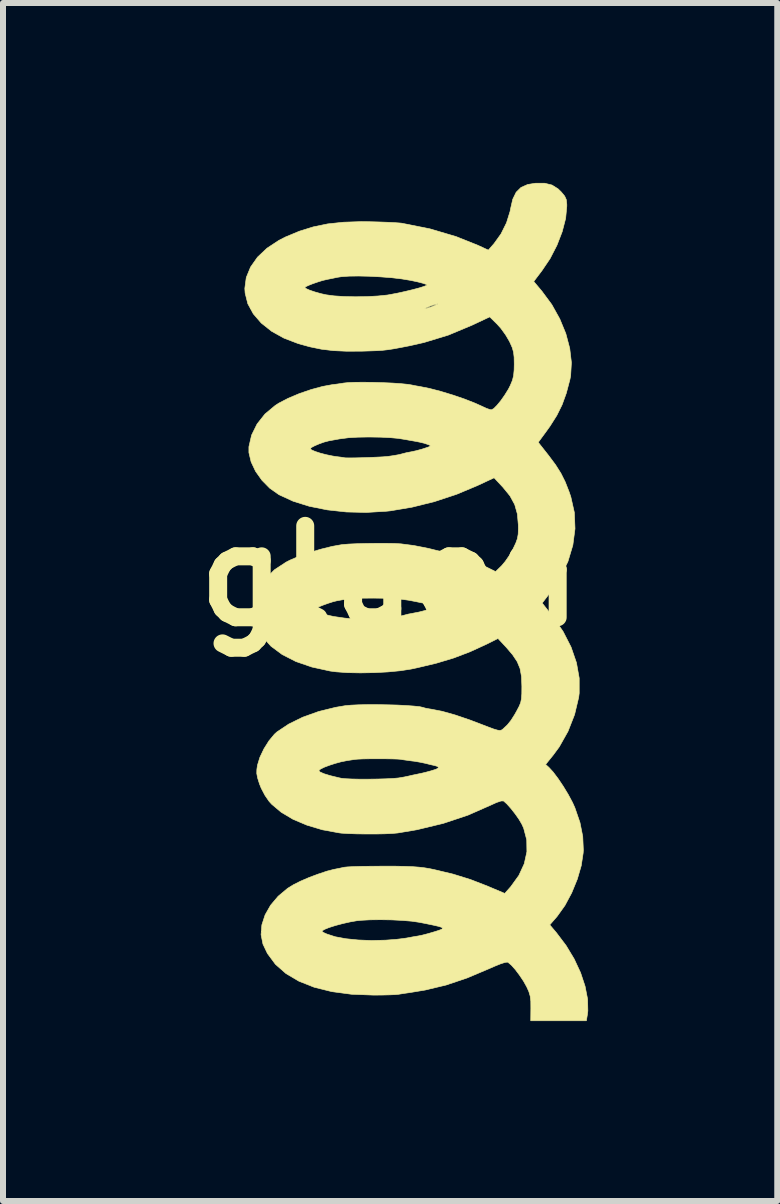
<source format=kicad_pcb>
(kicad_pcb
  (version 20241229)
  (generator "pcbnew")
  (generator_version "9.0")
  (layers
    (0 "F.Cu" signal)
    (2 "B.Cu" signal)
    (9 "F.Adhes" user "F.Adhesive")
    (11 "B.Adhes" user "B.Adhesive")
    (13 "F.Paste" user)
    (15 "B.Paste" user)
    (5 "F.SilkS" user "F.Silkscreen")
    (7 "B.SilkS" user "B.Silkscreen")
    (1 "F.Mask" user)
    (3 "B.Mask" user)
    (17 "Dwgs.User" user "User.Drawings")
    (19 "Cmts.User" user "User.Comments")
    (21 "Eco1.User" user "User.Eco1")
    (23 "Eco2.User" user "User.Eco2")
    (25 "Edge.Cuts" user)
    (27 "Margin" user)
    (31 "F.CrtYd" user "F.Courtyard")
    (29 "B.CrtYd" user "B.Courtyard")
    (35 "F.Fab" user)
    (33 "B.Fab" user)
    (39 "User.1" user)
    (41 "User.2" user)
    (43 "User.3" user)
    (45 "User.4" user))
  (footprint "gluon"
    (layer "F.Cu")
    (at 3.454 6.552)
    (property "Reference" "gluon" (at 0 0 0) (layer "F.SilkS") (effects (font (size 1.524 1.524) (thickness 0.3))))
    (attr through_hole)
    (fp_poly (pts (xy 2.699 -6.517) (xy 2.801 -6.453) (xy 2.856 -6.399) (xy 2.911 -6.332) (xy 2.938 -6.272) (xy 2.946 -6.195) (xy 2.946 -6.163) (xy 2.927 -5.961) (xy 2.87 -5.741) (xy 2.782 -5.513) (xy 2.667 -5.29) (xy 2.532 -5.09) (xy 2.395 -4.909) (xy 2.531 -4.747) (xy 2.696 -4.524) (xy 2.829 -4.285) (xy 2.93 -4.04) (xy 2.995 -3.794) (xy 3.023 -3.557) (xy 3.01 -3.335) (xy 2.998 -3.274) (xy 2.938 -3.047) (xy 2.868 -2.854) (xy 2.78 -2.676) (xy 2.666 -2.496) (xy 2.608 -2.415) (xy 2.47 -2.227) (xy 2.642 -2.009) (xy 2.759 -1.852) (xy 2.848 -1.711) (xy 2.92 -1.567) (xy 2.985 -1.401) (xy 3.013 -1.319) (xy 3.072 -1.057) (xy 3.083 -0.787) (xy 3.047 -0.513) (xy 2.965 -0.24) (xy 2.836 0.028) (xy 2.675 0.271) (xy 2.536 0.453) (xy 2.713 0.678) (xy 2.885 0.928) (xy 3.017 1.186) (xy 3.107 1.447) (xy 3.153 1.705) (xy 3.153 1.955) (xy 3.144 2.026) (xy 3.076 2.312) (xy 2.966 2.592) (xy 2.82 2.851) (xy 2.719 2.988) (xy 2.593 3.144) (xy 2.646 3.191) (xy 2.717 3.268) (xy 2.8 3.378) (xy 2.888 3.509) (xy 2.971 3.646) (xy 3.041 3.777) (xy 3.08 3.863) (xy 3.166 4.113) (xy 3.212 4.345) (xy 3.222 4.571) (xy 3.219 4.62) (xy 3.187 4.831) (xy 3.121 5.057) (xy 3.028 5.284) (xy 2.915 5.495) (xy 2.787 5.674) (xy 2.766 5.699) (xy 2.662 5.818) (xy 2.774 5.95) (xy 2.934 6.162) (xy 3.069 6.386) (xy 3.176 6.616) (xy 3.251 6.842) (xy 3.293 7.057) (xy 3.297 7.253) (xy 3.289 7.316) (xy 3.272 7.417) (xy 2.345 7.417) (xy 2.347 7.207) (xy 2.346 7.092) (xy 2.336 7.007) (xy 2.314 6.932) (xy 2.279 6.854) (xy 2.225 6.757) (xy 2.158 6.657) (xy 2.088 6.564) (xy 2.022 6.49) (xy 1.97 6.446) (xy 1.956 6.439) (xy 1.917 6.444) (xy 1.844 6.467) (xy 1.747 6.506) (xy 1.649 6.549) (xy 1.285 6.703) (xy 0.935 6.821) (xy 0.584 6.905) (xy 0.33 6.947) (xy 0.24 6.96) (xy 0.157 6.973) (xy 0.14 6.976) (xy 0.086 6.981) (xy -0.006 6.985) (xy -0.125 6.988) (xy -0.257 6.989) (xy -0.279 6.989) (xy -0.644 6.975) (xy -0.973 6.931) (xy -1.266 6.858) (xy -1.521 6.757) (xy -1.737 6.629) (xy -1.912 6.475) (xy -2.046 6.294) (xy -2.12 6.138) (xy -2.151 5.982) (xy -2.147 5.932) (xy -1.133 5.932) (xy -1.097 5.952) (xy -1.054 5.971) (xy -0.916 6.016) (xy -0.739 6.049) (xy -0.533 6.07) (xy -0.308 6.079) (xy -0.074 6.073) (xy 0.1 6.06) (xy 0.192 6.049) (xy 0.272 6.038) (xy 0.305 6.032) (xy 0.374 6.019) (xy 0.457 6.005) (xy 0.465 6.004) (xy 0.538 5.989) (xy 0.638 5.963) (xy 0.743 5.932) (xy 0.744 5.932) (xy 0.815 5.909) (xy 0.861 5.891) (xy 0.878 5.876) (xy 0.862 5.86) (xy 0.809 5.843) (xy 0.717 5.822) (xy 0.581 5.794) (xy 0.483 5.775) (xy 0.361 5.757) (xy 0.204 5.744) (xy 0.026 5.735) (xy -0.158 5.732) (xy -0.333 5.734) (xy -0.484 5.742) (xy -0.554 5.749) (xy -0.663 5.768) (xy -0.788 5.796) (xy -0.912 5.829) (xy -1.019 5.863) (xy -1.093 5.893) (xy -1.096 5.895) (xy -1.131 5.916) (xy -1.133 5.932) (xy -2.147 5.932) (xy -2.138 5.818) (xy -2.084 5.652) (xy -1.992 5.49) (xy -1.866 5.341) (xy -1.71 5.21) (xy -1.61 5.148) (xy -1.492 5.089) (xy -1.348 5.027) (xy -1.195 4.97) (xy -1.051 4.922) (xy -0.934 4.892) (xy -0.927 4.891) (xy -0.846 4.875) (xy -0.762 4.857) (xy -0.711 4.852) (xy -0.618 4.847) (xy -0.491 4.843) (xy -0.34 4.841) (xy -0.174 4.84) (xy -0.102 4.84) (xy 0.096 4.84) (xy 0.252 4.843) (xy 0.378 4.848) (xy 0.483 4.856) (xy 0.576 4.867) (xy 0.669 4.883) (xy 0.74 4.898) (xy 1.05 4.972) (xy 1.337 5.061) (xy 1.629 5.174) (xy 1.661 5.188) (xy 1.912 5.294) (xy 2.012 5.181) (xy 2.147 4.994) (xy 2.237 4.799) (xy 2.281 4.599) (xy 2.278 4.4) (xy 2.227 4.206) (xy 2.196 4.138) (xy 2.149 4.058) (xy 2.085 3.967) (xy 2.014 3.877) (xy 1.948 3.803) (xy 1.896 3.756) (xy 1.89 3.752) (xy 1.849 3.753) (xy 1.774 3.778) (xy 1.673 3.824) (xy 1.673 3.824) (xy 1.298 3.989) (xy 0.887 4.126) (xy 0.447 4.232) (xy 0.127 4.286) (xy 0.038 4.294) (xy -0.088 4.3) (xy -0.238 4.303) (xy -0.399 4.303) (xy -0.557 4.301) (xy -0.699 4.296) (xy -0.812 4.289) (xy -0.851 4.284) (xy -1.128 4.233) (xy -1.386 4.156) (xy -1.618 4.058) (xy -1.816 3.94) (xy -1.975 3.806) (xy -2.018 3.758) (xy -2.086 3.659) (xy -2.149 3.539) (xy -2.178 3.467) (xy -2.209 3.368) (xy -2.223 3.294) (xy -2.222 3.244) (xy -1.188 3.244) (xy -1.17 3.268) (xy -1.106 3.297) (xy -0.999 3.33) (xy -0.855 3.365) (xy -0.813 3.374) (xy -0.748 3.381) (xy -0.644 3.386) (xy -0.513 3.389) (xy -0.366 3.389) (xy -0.216 3.387) (xy -0.074 3.383) (xy 0.049 3.377) (xy 0.139 3.369) (xy 0.152 3.367) (xy 0.234 3.353) (xy 0.305 3.338) (xy 0.305 3.338) (xy 0.383 3.32) (xy 0.432 3.31) (xy 0.493 3.297) (xy 0.54 3.287) (xy 0.594 3.274) (xy 0.675 3.252) (xy 0.679 3.251) (xy 0.768 3.223) (xy 0.807 3.199) (xy 0.795 3.178) (xy 0.743 3.162) (xy 0.668 3.145) (xy 0.585 3.124) (xy 0.584 3.124) (xy 0.503 3.107) (xy 0.405 3.09) (xy 0.368 3.086) (xy 0.28 3.074) (xy 0.202 3.063) (xy 0.178 3.058) (xy 0.126 3.054) (xy 0.036 3.051) (xy -0.079 3.049) (xy -0.207 3.049) (xy -0.335 3.049) (xy -0.449 3.051) (xy -0.539 3.055) (xy -0.584 3.059) (xy -0.716 3.079) (xy -0.82 3.1) (xy -0.915 3.126) (xy -1.008 3.156) (xy -1.094 3.188) (xy -1.158 3.219) (xy -1.187 3.243) (xy -1.188 3.244) (xy -2.222 3.244) (xy -2.221 3.223) (xy -2.211 3.155) (xy -2.171 3.025) (xy -2.104 2.884) (xy -2.02 2.75) (xy -1.928 2.639) (xy -1.887 2.602) (xy -1.691 2.471) (xy -1.457 2.356) (xy -1.192 2.261) (xy -0.908 2.191) (xy -0.749 2.164) (xy -0.653 2.155) (xy -0.526 2.149) (xy -0.377 2.146) (xy -0.214 2.146) (xy -0.047 2.149) (xy 0.116 2.153) (xy 0.266 2.161) (xy 0.394 2.17) (xy 0.492 2.18) (xy 0.55 2.193) (xy 0.557 2.196) (xy 0.59 2.205) (xy 0.654 2.217) (xy 0.686 2.222) (xy 0.866 2.257) (xy 1.083 2.318) (xy 1.333 2.403) (xy 1.506 2.469) (xy 1.636 2.519) (xy 1.728 2.553) (xy 1.789 2.571) (xy 1.829 2.577) (xy 1.856 2.571) (xy 1.879 2.555) (xy 1.886 2.549) (xy 1.957 2.482) (xy 2.017 2.407) (xy 2.079 2.309) (xy 2.113 2.248) (xy 2.152 2.174) (xy 2.177 2.113) (xy 2.19 2.049) (xy 2.196 1.966) (xy 2.197 1.849) (xy 2.197 1.841) (xy 2.191 1.678) (xy 2.167 1.545) (xy 2.119 1.429) (xy 2.042 1.314) (xy 1.937 1.191) (xy 1.799 1.043) (xy 1.605 1.14) (xy 1.332 1.265) (xy 1.059 1.369) (xy 0.769 1.456) (xy 0.449 1.532) (xy 0.351 1.553) (xy 0.172 1.581) (xy -0.038 1.601) (xy -0.265 1.613) (xy -0.494 1.617) (xy -0.711 1.613) (xy -0.902 1.599) (xy -1 1.586) (xy -1.305 1.519) (xy -1.572 1.427) (xy -1.799 1.311) (xy -1.986 1.172) (xy -2.13 1.012) (xy -2.228 0.831) (xy -2.234 0.816) (xy -2.277 0.652) (xy -2.278 0.559) (xy -1.27 0.559) (xy -1.248 0.578) (xy -1.19 0.604) (xy -1.11 0.633) (xy -1.022 0.659) (xy -0.94 0.677) (xy -0.932 0.678) (xy -0.761 0.703) (xy -0.611 0.717) (xy -0.468 0.722) (xy -0.315 0.717) (xy -0.134 0.703) (xy -0.051 0.695) (xy 0.061 0.683) (xy 0.135 0.675) (xy 0.184 0.667) (xy 0.22 0.659) (xy 0.241 0.653) (xy 0.302 0.637) (xy 0.378 0.623) (xy 0.381 0.622) (xy 0.48 0.603) (xy 0.577 0.578) (xy 0.661 0.552) (xy 0.721 0.528) (xy 0.746 0.51) (xy 0.744 0.506) (xy 0.707 0.488) (xy 0.644 0.472) (xy 0.635 0.47) (xy 0.552 0.454) (xy 0.455 0.434) (xy 0.432 0.429) (xy 0.313 0.406) (xy 0.19 0.389) (xy 0.051 0.378) (xy -0.116 0.372) (xy -0.279 0.37) (xy -0.445 0.371) (xy -0.577 0.375) (xy -0.69 0.384) (xy -0.801 0.399) (xy -0.889 0.415) (xy -0.953 0.431) (xy -1.034 0.457) (xy -1.12 0.488) (xy -1.197 0.519) (xy -1.252 0.544) (xy -1.27 0.559) (xy -2.278 0.559) (xy -2.278 0.494) (xy -2.236 0.33) (xy -2.188 0.219) (xy -2.078 0.047) (xy -1.928 -0.102) (xy -1.735 -0.229) (xy -1.671 -0.262) (xy -1.523 -0.326) (xy -1.343 -0.389) (xy -1.152 -0.446) (xy -0.967 -0.492) (xy -0.806 -0.521) (xy -0.787 -0.523) (xy -0.687 -0.531) (xy -0.551 -0.537) (xy -0.393 -0.541) (xy -0.227 -0.543) (xy -0.068 -0.543) (xy 0.07 -0.541) (xy 0.172 -0.535) (xy 0.178 -0.535) (xy 0.394 -0.507) (xy 0.638 -0.459) (xy 0.895 -0.395) (xy 1.15 -0.32) (xy 1.389 -0.237) (xy 1.597 -0.152) (xy 1.66 -0.121) (xy 1.759 -0.072) (xy 1.859 -0.169) (xy 1.92 -0.242) (xy 1.988 -0.34) (xy 2.047 -0.445) (xy 2.05 -0.451) (xy 2.096 -0.548) (xy 2.123 -0.623) (xy 2.136 -0.698) (xy 2.139 -0.792) (xy 2.138 -0.85) (xy 2.122 -1.033) (xy 2.078 -1.189) (xy 1.999 -1.334) (xy 1.879 -1.481) (xy 1.874 -1.486) (xy 1.734 -1.636) (xy 1.451 -1.504) (xy 1.107 -1.36) (xy 0.74 -1.239) (xy 0.366 -1.146) (xy 0.005 -1.085) (xy -0.064 -1.078) (xy -0.398 -1.058) (xy -0.729 -1.066) (xy -1.048 -1.101) (xy -1.347 -1.161) (xy -1.616 -1.245) (xy -1.848 -1.352) (xy -1.854 -1.355) (xy -2.006 -1.462) (xy -2.137 -1.595) (xy -2.243 -1.744) (xy -2.317 -1.901) (xy -2.354 -2.056) (xy -2.354 -2.122) (xy -1.331 -2.122) (xy -1.31 -2.101) (xy -1.25 -2.075) (xy -1.165 -2.047) (xy -1.065 -2.021) (xy -0.964 -2) (xy -0.903 -1.99) (xy -0.829 -1.981) (xy -0.78 -1.974) (xy -0.769 -1.971) (xy -0.741 -1.968) (xy -0.673 -1.967) (xy -0.576 -1.968) (xy -0.461 -1.971) (xy -0.34 -1.975) (xy -0.224 -1.98) (xy -0.123 -1.985) (xy -0.049 -1.991) (xy -0.038 -1.992) (xy 0.059 -2.006) (xy 0.148 -2.022) (xy 0.191 -2.033) (xy 0.272 -2.054) (xy 0.356 -2.07) (xy 0.434 -2.087) (xy 0.53 -2.113) (xy 0.57 -2.126) (xy 0.642 -2.15) (xy 0.67 -2.166) (xy 0.662 -2.179) (xy 0.634 -2.19) (xy 0.569 -2.212) (xy 0.493 -2.23) (xy 0.394 -2.249) (xy 0.314 -2.263) (xy 0.254 -2.274) (xy 0.136 -2.293) (xy 0.004 -2.305) (xy -0.153 -2.313) (xy -0.348 -2.316) (xy -0.356 -2.316) (xy -0.538 -2.313) (xy -0.693 -2.304) (xy -0.846 -2.284) (xy -1.021 -2.252) (xy -1.029 -2.25) (xy -1.101 -2.231) (xy -1.182 -2.202) (xy -1.257 -2.17) (xy -1.312 -2.141) (xy -1.331 -2.122) (xy -2.354 -2.122) (xy -2.354 -2.153) (xy -2.309 -2.348) (xy -2.218 -2.532) (xy -2.086 -2.699) (xy -1.916 -2.841) (xy -1.854 -2.881) (xy -1.7 -2.961) (xy -1.515 -3.039) (xy -1.317 -3.107) (xy -1.125 -3.159) (xy -0.968 -3.188) (xy -0.88 -3.199) (xy -0.805 -3.21) (xy -0.777 -3.215) (xy -0.701 -3.223) (xy -0.585 -3.228) (xy -0.441 -3.229) (xy -0.281 -3.227) (xy -0.116 -3.222) (xy 0.043 -3.215) (xy 0.184 -3.205) (xy 0.296 -3.194) (xy 0.356 -3.184) (xy 0.43 -3.169) (xy 0.495 -3.158) (xy 0.656 -3.126) (xy 0.844 -3.077) (xy 1.045 -3.016) (xy 1.241 -2.949) (xy 1.417 -2.88) (xy 1.53 -2.829) (xy 1.605 -2.794) (xy 1.666 -2.773) (xy 1.688 -2.769) (xy 1.727 -2.789) (xy 1.782 -2.844) (xy 1.847 -2.923) (xy 1.913 -3.017) (xy 1.973 -3.114) (xy 2.004 -3.175) (xy 2.039 -3.259) (xy 2.059 -3.338) (xy 2.068 -3.433) (xy 2.07 -3.531) (xy 2.068 -3.646) (xy 2.058 -3.731) (xy 2.037 -3.806) (xy 1.999 -3.891) (xy 1.989 -3.912) (xy 1.926 -4.019) (xy 1.847 -4.128) (xy 1.784 -4.198) (xy 1.661 -4.319) (xy 1.37 -4.182) (xy 0.971 -4.015) (xy 0.567 -3.892) (xy 0.33 -3.838) (xy 0.176 -3.808) (xy 0.057 -3.786) (xy -0.04 -3.771) (xy -0.129 -3.761) (xy -0.224 -3.755) (xy -0.34 -3.751) (xy -0.47 -3.747) (xy -0.725 -3.746) (xy -0.945 -3.756) (xy -1.145 -3.78) (xy -1.339 -3.82) (xy -1.531 -3.873) (xy -1.769 -3.964) (xy -1.976 -4.079) (xy -2.148 -4.216) (xy -2.281 -4.37) (xy -2.329 -4.459) (xy 0.578 -4.459) (xy 0.58 -4.455) (xy 0.61 -4.461) (xy 0.68 -4.483) (xy 0.749 -4.511) (xy 0.793 -4.533) (xy 0.791 -4.537) (xy 0.762 -4.53) (xy 0.692 -4.508) (xy 0.622 -4.48) (xy 0.578 -4.459) (xy -2.329 -4.459) (xy -2.372 -4.537) (xy -2.417 -4.715) (xy -2.422 -4.792) (xy -2.42 -4.81) (xy -1.422 -4.81) (xy -1.4 -4.79) (xy -1.339 -4.763) (xy -1.253 -4.734) (xy -1.153 -4.706) (xy -1.068 -4.687) (xy -0.935 -4.669) (xy -0.767 -4.658) (xy -0.578 -4.654) (xy -0.385 -4.657) (xy -0.202 -4.667) (xy -0.045 -4.683) (xy -0.005 -4.69) (xy 0.122 -4.714) (xy 0.253 -4.743) (xy 0.378 -4.773) (xy 0.487 -4.802) (xy 0.569 -4.828) (xy 0.614 -4.847) (xy 0.617 -4.85) (xy 0.601 -4.861) (xy 0.545 -4.88) (xy 0.456 -4.903) (xy 0.343 -4.927) (xy 0.337 -4.928) (xy 0.194 -4.952) (xy 0.025 -4.972) (xy -0.159 -4.986) (xy -0.346 -4.996) (xy -0.524 -5) (xy -0.683 -4.998) (xy -0.811 -4.989) (xy -0.876 -4.979) (xy -0.966 -4.96) (xy -1.052 -4.943) (xy -1.06 -4.941) (xy -1.124 -4.926) (xy -1.205 -4.901) (xy -1.289 -4.872) (xy -1.362 -4.843) (xy -1.41 -4.82) (xy -1.422 -4.81) (xy -2.42 -4.81) (xy -2.398 -4.975) (xy -2.326 -5.15) (xy -2.21 -5.315) (xy -2.052 -5.464) (xy -1.855 -5.594) (xy -1.746 -5.65) (xy -1.513 -5.747) (xy -1.282 -5.819) (xy -1.041 -5.869) (xy -0.779 -5.897) (xy -0.485 -5.907) (xy -0.33 -5.905) (xy -0.181 -5.901) (xy -0.042 -5.896) (xy 0.076 -5.89) (xy 0.16 -5.884) (xy 0.191 -5.881) (xy 0.663 -5.787) (xy 1.102 -5.657) (xy 1.46 -5.514) (xy 1.638 -5.432) (xy 1.734 -5.542) (xy 1.849 -5.702) (xy 1.941 -5.887) (xy 2 -6.076) (xy 2.008 -6.119) (xy 2.045 -6.28) (xy 2.102 -6.397) (xy 2.183 -6.477) (xy 2.293 -6.526) (xy 2.424 -6.547) (xy 2.577 -6.547) (xy 2.699 -6.517)) (stroke (width 0.01) (type solid)) (fill yes) (layer "F.SilkS")))
  (gr_rect
    (start -3 -3)
    (end 9.909 16.974)
    (stroke (width 0.1) (type default))
    (fill no)
    (layer "Edge.Cuts")))
</source>
